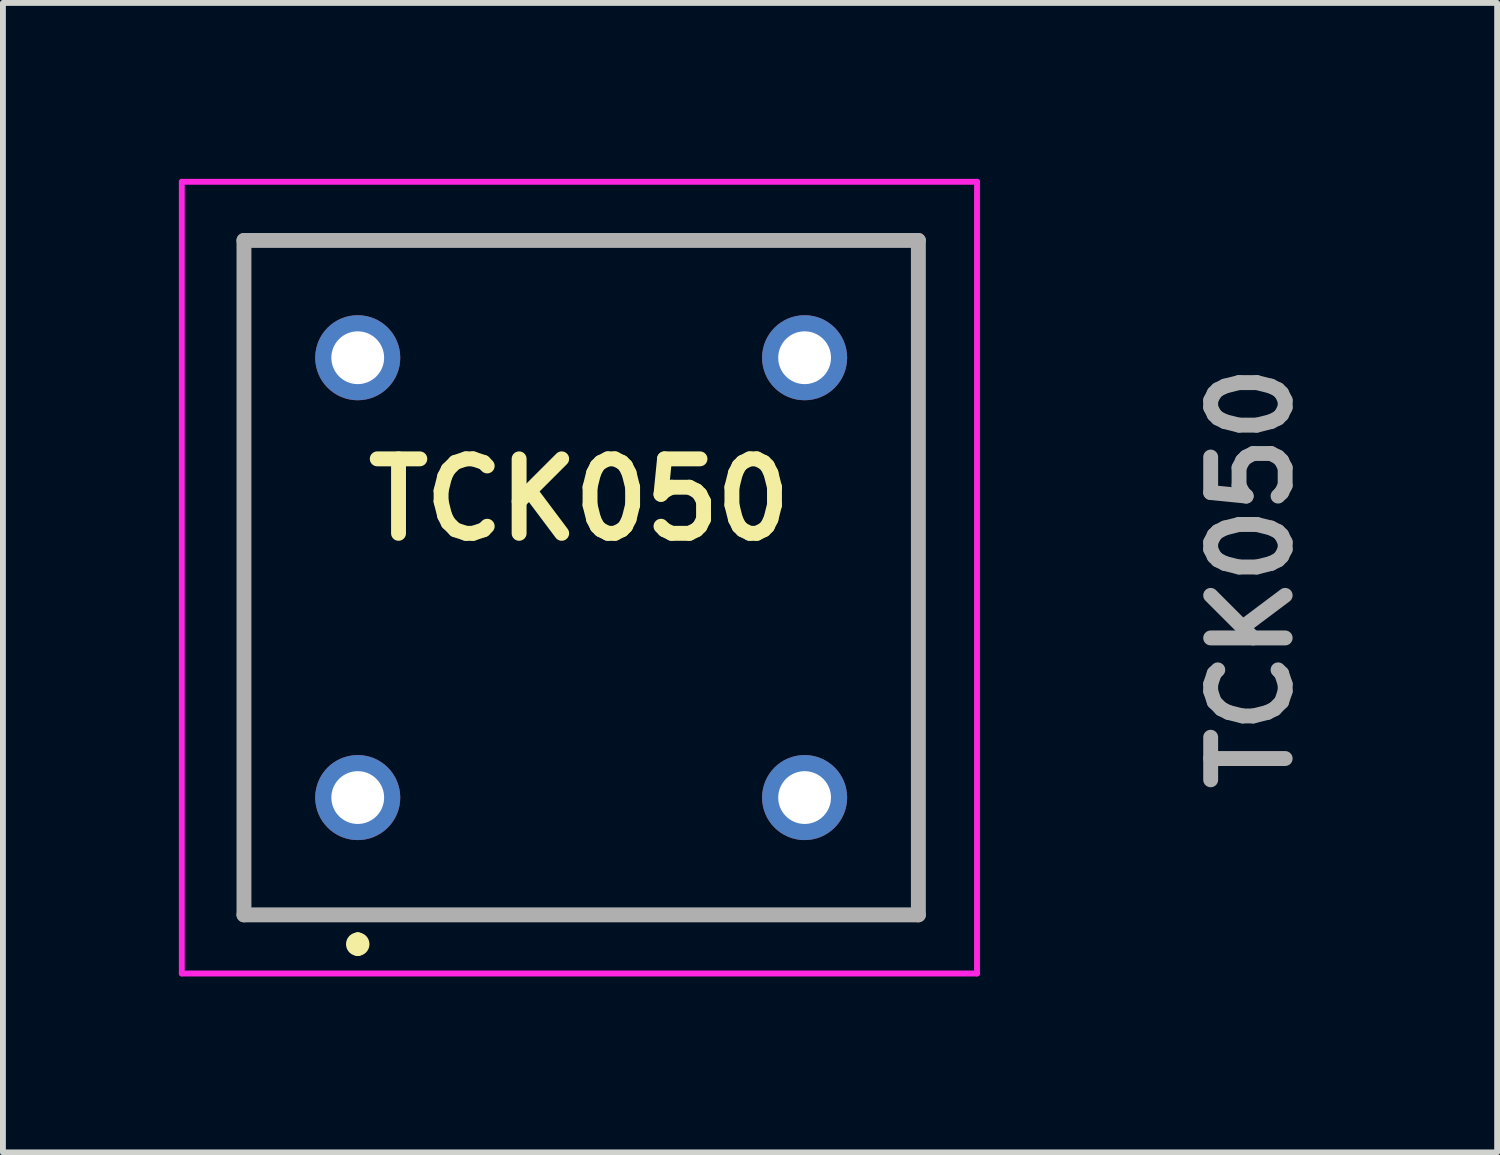
<source format=kicad_pcb>
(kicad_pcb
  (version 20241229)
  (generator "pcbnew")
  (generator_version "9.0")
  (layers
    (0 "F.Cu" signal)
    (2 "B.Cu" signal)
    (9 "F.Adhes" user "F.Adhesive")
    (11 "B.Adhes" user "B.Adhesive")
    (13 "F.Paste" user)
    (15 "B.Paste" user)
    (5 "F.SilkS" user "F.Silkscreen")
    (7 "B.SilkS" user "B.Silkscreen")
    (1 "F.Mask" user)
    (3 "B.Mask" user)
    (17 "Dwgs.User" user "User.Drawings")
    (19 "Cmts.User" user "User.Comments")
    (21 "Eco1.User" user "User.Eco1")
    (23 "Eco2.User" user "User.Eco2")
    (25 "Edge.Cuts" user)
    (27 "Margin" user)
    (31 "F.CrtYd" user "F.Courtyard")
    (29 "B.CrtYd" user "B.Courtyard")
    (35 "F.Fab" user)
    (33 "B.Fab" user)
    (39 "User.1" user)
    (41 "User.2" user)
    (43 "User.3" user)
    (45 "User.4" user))
  (footprint "TCK050"
    (layer "F.Cu")
    (at 3.05 10.55)
    (property "Reference" "TCK050" (at 3.78 -5.08 0) (layer "F.SilkS") (effects (font (size 1.27 1.27) (thickness 0.254))))
    (attr through_hole)
    (fp_line (start -1.94 -9.5) (end 9.56 -9.5) (stroke (width 0.1) (type solid)) (layer "F.SilkS"))
    (fp_line (start -1.94 2) (end -1.94 -9.5) (stroke (width 0.1) (type solid)) (layer "F.SilkS"))
    (fp_line (start 0 2.4) (end 0 2.4) (stroke (width 0.2) (type solid)) (layer "F.SilkS"))
    (fp_line (start 0 2.6) (end 0 2.6) (stroke (width 0.2) (type solid)) (layer "F.SilkS"))
    (fp_line (start 9.56 -9.5) (end 9.56 2) (stroke (width 0.1) (type solid)) (layer "F.SilkS"))
    (fp_line (start 9.56 2) (end -1.94 2) (stroke (width 0.1) (type solid)) (layer "F.SilkS"))
    (fp_arc (start 0 2.4) (mid 0.1 2.5) (end 0 2.6) (stroke (width 0.2) (type solid)) (layer "F.SilkS"))
    (fp_arc (start 0 2.6) (mid -0.1 2.5) (end 0 2.4) (stroke (width 0.2) (type solid)) (layer "F.SilkS"))
    (fp_line (start -3 -10.5) (end 10.56 -10.5) (stroke (width 0.1) (type solid)) (layer "F.CrtYd"))
    (fp_line (start -3 3) (end -3 -10.5) (stroke (width 0.1) (type solid)) (layer "F.CrtYd"))
    (fp_line (start 10.56 -10.5) (end 10.56 3) (stroke (width 0.1) (type solid)) (layer "F.CrtYd"))
    (fp_line (start 10.56 3) (end -3 3) (stroke (width 0.1) (type solid)) (layer "F.CrtYd"))
    (fp_line (start -1.94 -9.5) (end 9.56 -9.5) (stroke (width 0.254) (type solid)) (layer "F.Fab"))
    (fp_line (start -1.94 2) (end -1.94 -9.5) (stroke (width 0.254) (type solid)) (layer "F.Fab"))
    (fp_line (start 9.56 -9.5) (end 9.56 2) (stroke (width 0.254) (type solid)) (layer "F.Fab"))
    (fp_line (start 9.56 2) (end -1.94 2) (stroke (width 0.254) (type solid)) (layer "F.Fab"))
    (fp_text user "${REFERENCE}" (at 15.24 -3.75 90) (layer "F.Fab") (effects (font (size 1.27 1.27) (thickness 0.254))))
    (pad "1" thru_hole circle (at 0 0) (size 1.45 1.45) (drill 0.9) (layers "*.Cu" "*.Mask"))
    (pad "2" thru_hole circle (at 7.62 0) (size 1.45 1.45) (drill 0.9) (layers "*.Cu" "*.Mask"))
    (pad "3" thru_hole circle (at 7.62 -7.5) (size 1.45 1.45) (drill 0.9) (layers "*.Cu" "*.Mask"))
    (pad "4" thru_hole circle (at 0 -7.5) (size 1.45 1.45) (drill 0.9) (layers "*.Cu" "*.Mask")))
  (gr_rect
    (start -3 -3)
    (end 22.479 16.6)
    (stroke (width 0.1) (type default))
    (fill no)
    (layer "Edge.Cuts")))
</source>
